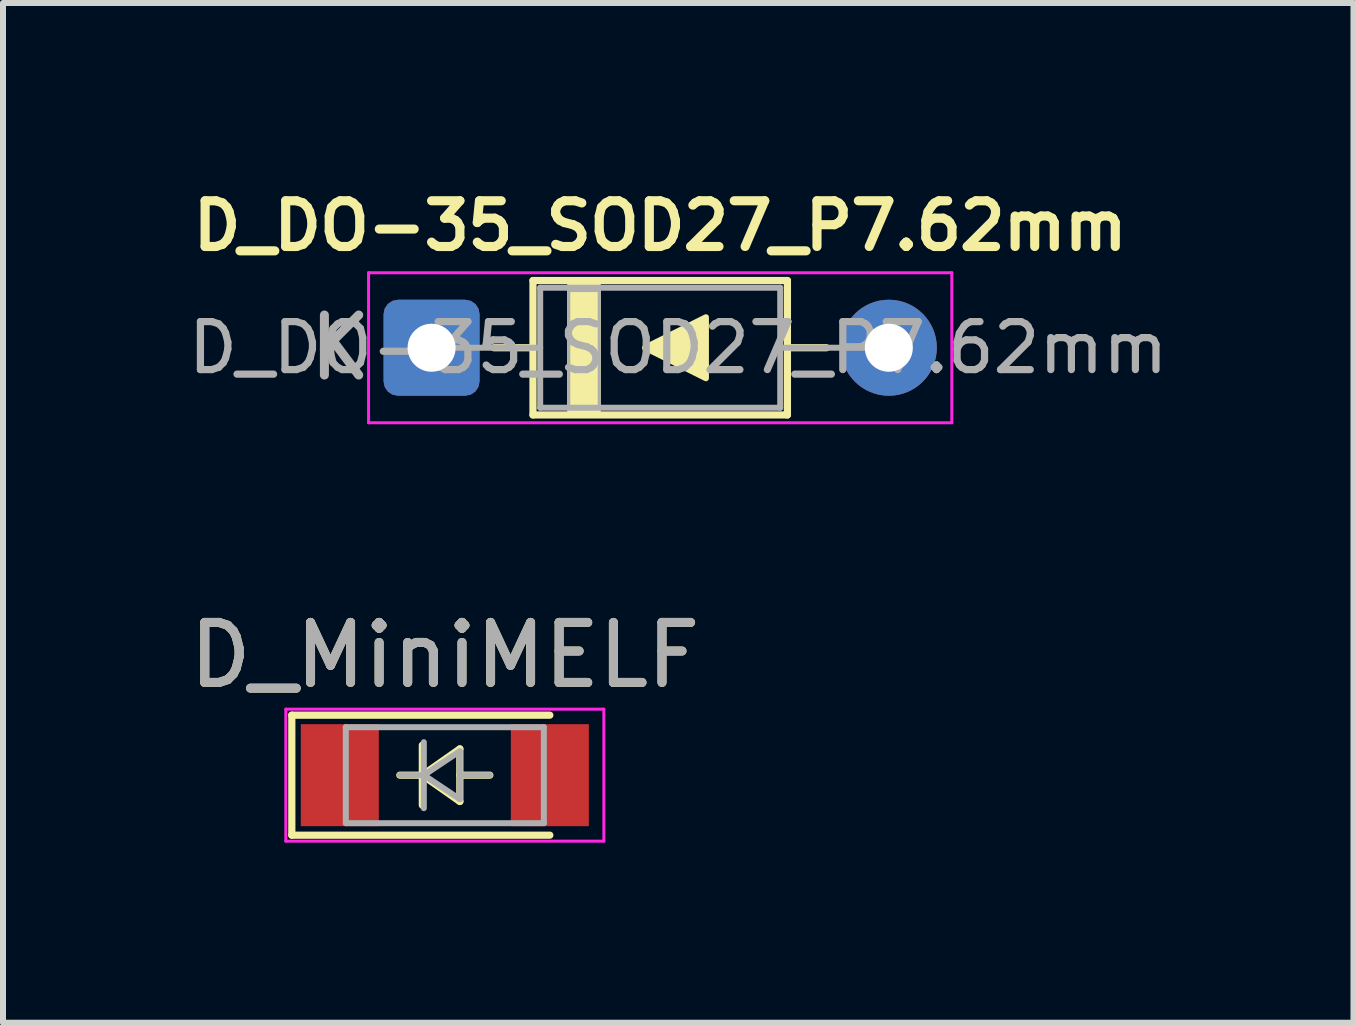
<source format=kicad_pcb>
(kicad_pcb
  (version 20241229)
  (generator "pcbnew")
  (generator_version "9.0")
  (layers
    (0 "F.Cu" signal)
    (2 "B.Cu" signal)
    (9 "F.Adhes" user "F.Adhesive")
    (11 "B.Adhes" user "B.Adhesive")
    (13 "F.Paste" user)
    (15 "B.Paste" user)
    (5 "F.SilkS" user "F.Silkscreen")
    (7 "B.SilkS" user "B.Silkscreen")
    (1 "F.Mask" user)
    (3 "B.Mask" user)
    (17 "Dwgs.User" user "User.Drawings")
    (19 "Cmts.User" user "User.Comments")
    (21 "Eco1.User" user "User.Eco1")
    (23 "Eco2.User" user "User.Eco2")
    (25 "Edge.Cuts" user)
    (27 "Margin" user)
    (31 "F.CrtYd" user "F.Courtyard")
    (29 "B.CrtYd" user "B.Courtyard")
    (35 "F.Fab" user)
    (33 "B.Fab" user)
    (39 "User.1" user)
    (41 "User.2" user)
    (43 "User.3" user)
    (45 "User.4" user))
  (footprint "D_MiniMELF"
    (layer "F.Cu")
    (at 4.363 9.868)
    (property "Reference" "D_MiniMELF" (at 0 -2 0) (layer "F.SilkS") (effects (font (size 1 1) (thickness 0.15))))
    (attr smd)
    (fp_line (start -2.55 -1) (end -2.55 1) (stroke (width 0.12) (type solid)) (layer "F.SilkS"))
    (fp_line (start -2.55 1) (end 1.75 1) (stroke (width 0.12) (type solid)) (layer "F.SilkS"))
    (fp_line (start -0.375 -0.5) (end -0.375 0.5) (stroke (width 0.12) (type solid)) (layer "F.SilkS"))
    (fp_line (start -0.375 0) (end -0.75 0) (stroke (width 0.12) (type solid)) (layer "F.SilkS"))
    (fp_line (start -0.375 0) (end 0.25 0.438) (stroke (width 0.12) (type solid)) (layer "F.SilkS"))
    (fp_line (start 0.25 -0.438) (end -0.375 0) (stroke (width 0.12) (type solid)) (layer "F.SilkS"))
    (fp_line (start 0.25 0) (end 0.75 0) (stroke (width 0.12) (type solid)) (layer "F.SilkS"))
    (fp_line (start 0.25 0.438) (end 0.25 -0.438) (stroke (width 0.12) (type solid)) (layer "F.SilkS"))
    (fp_line (start 1.75 -1) (end -2.55 -1) (stroke (width 0.12) (type solid)) (layer "F.SilkS"))
    (fp_line (start -2.65 -1.1) (end 2.65 -1.1) (stroke (width 0.05) (type solid)) (layer "F.CrtYd"))
    (fp_line (start -2.65 1.1) (end -2.65 -1.1) (stroke (width 0.05) (type solid)) (layer "F.CrtYd"))
    (fp_line (start 2.65 -1.1) (end 2.65 1.1) (stroke (width 0.05) (type solid)) (layer "F.CrtYd"))
    (fp_line (start 2.65 1.1) (end -2.65 1.1) (stroke (width 0.05) (type solid)) (layer "F.CrtYd"))
    (fp_line (start -1.65 -0.8) (end 1.65 -0.8) (stroke (width 0.1) (type solid)) (layer "F.Fab"))
    (fp_line (start -1.65 0.8) (end -1.65 -0.8) (stroke (width 0.1) (type solid)) (layer "F.Fab"))
    (fp_line (start -0.75 0) (end -0.35 0) (stroke (width 0.1) (type solid)) (layer "F.Fab"))
    (fp_line (start -0.35 0) (end -0.35 -0.55) (stroke (width 0.1) (type solid)) (layer "F.Fab"))
    (fp_line (start -0.35 0) (end -0.35 0.55) (stroke (width 0.1) (type solid)) (layer "F.Fab"))
    (fp_line (start -0.35 0) (end 0.25 -0.4) (stroke (width 0.1) (type solid)) (layer "F.Fab"))
    (fp_line (start 0.25 -0.4) (end 0.25 0.4) (stroke (width 0.1) (type solid)) (layer "F.Fab"))
    (fp_line (start 0.25 0) (end 0.75 0) (stroke (width 0.1) (type solid)) (layer "F.Fab"))
    (fp_line (start 0.25 0.4) (end -0.35 0) (stroke (width 0.1) (type solid)) (layer "F.Fab"))
    (fp_line (start 1.65 -0.8) (end 1.65 0.8) (stroke (width 0.1) (type solid)) (layer "F.Fab"))
    (fp_line (start 1.65 0.8) (end -1.65 0.8) (stroke (width 0.1) (type solid)) (layer "F.Fab"))
    (fp_text user "${REFERENCE}" (at 0 -2 0) (layer "F.Fab") (effects (font (size 1 1) (thickness 0.15))))
    (pad "1" smd rect (at -1.75 0) (size 1.3 1.7) (layers "F.Cu" "F.Mask" "F.Paste"))
    (pad "2" smd rect (at 1.75 0) (size 1.3 1.7) (layers "F.Cu" "F.Mask" "F.Paste")))
  (footprint "D_DO-35_SOD27_P7.62mm"
    (layer "F.Cu")
    (at 7.952 2.745)
    (property "Reference" "D_DO-35_SOD27_P7.62mm" (at 0 -2.032 0) (layer "F.SilkS") (effects (font (size 0.762 0.762) (thickness 0.152))))
    (attr through_hole)
    (fp_line (start -2.77 0) (end -2.12 0) (stroke (width 0.12) (type solid)) (layer "F.SilkS"))
    (fp_line (start -2.12 -1.12) (end -2.12 1.12) (stroke (width 0.12) (type solid)) (layer "F.SilkS"))
    (fp_line (start -2.12 1.12) (end 2.12 1.12) (stroke (width 0.12) (type solid)) (layer "F.SilkS"))
    (fp_line (start 2.12 -1.12) (end -2.12 -1.12) (stroke (width 0.12) (type solid)) (layer "F.SilkS"))
    (fp_line (start 2.12 1.12) (end 2.12 -1.12) (stroke (width 0.12) (type solid)) (layer "F.SilkS"))
    (fp_line (start 2.77 0) (end 2.12 0) (stroke (width 0.12) (type solid)) (layer "F.SilkS"))
    (fp_poly (pts (xy -0.254 0) (xy 0.762 -0.508) (xy 0.762 0.508)) (stroke (width 0.1) (type solid)) (fill yes) (layer "F.SilkS"))
    (fp_poly (pts (xy -1.524 -1.143) (xy -1.524 1.143) (xy -1.016 1.143) (xy -1.016 -1.143)) (stroke (width 0.051) (type solid)) (fill yes) (layer "F.SilkS"))
    (fp_line (start -4.86 -1.25) (end -4.86 1.25) (stroke (width 0.05) (type solid)) (layer "F.CrtYd"))
    (fp_line (start -4.86 1.25) (end 4.86 1.25) (stroke (width 0.05) (type solid)) (layer "F.CrtYd"))
    (fp_line (start 4.86 -1.25) (end -4.86 -1.25) (stroke (width 0.05) (type solid)) (layer "F.CrtYd"))
    (fp_line (start 4.86 1.25) (end 4.86 -1.25) (stroke (width 0.05) (type solid)) (layer "F.CrtYd"))
    (fp_line (start -3.81 0) (end -2 0) (stroke (width 0.1) (type solid)) (layer "F.Fab"))
    (fp_line (start -2 -1) (end -2 1) (stroke (width 0.1) (type solid)) (layer "F.Fab"))
    (fp_line (start -2 1) (end 2 1) (stroke (width 0.1) (type solid)) (layer "F.Fab"))
    (fp_line (start 2 -1) (end -2 -1) (stroke (width 0.1) (type solid)) (layer "F.Fab"))
    (fp_line (start 2 1) (end 2 -1) (stroke (width 0.1) (type solid)) (layer "F.Fab"))
    (fp_line (start 3.81 0) (end 2 0) (stroke (width 0.1) (type solid)) (layer "F.Fab"))
    (fp_poly (pts (xy -1.524 1.016) (xy -1.016 1.016) (xy -1.016 -0.953) (xy -1.524 -0.953)) (stroke (width 0.051) (type solid)) (fill no) (layer "F.Fab"))
    (fp_text user "K" (at -5.334 0 0) (layer "F.Fab") (effects (font (size 1 1) (thickness 0.15))))
    (fp_text user "${REFERENCE}" (at 0.3 0 0) (layer "F.Fab") (effects (font (size 0.8 0.8) (thickness 0.12))))
    (pad "1" thru_hole roundrect (at -3.81 0) (size 1.6 1.6) (drill 0.8) (layers "*.Cu" "*.Mask") (roundrect_rratio 0.15))
    (pad "2" thru_hole oval (at 3.81 0) (size 1.6 1.6) (drill 0.8) (layers "*.Cu" "*.Mask")))
  (gr_rect
    (start -3 -3)
    (end 19.505 13.993)
    (stroke (width 0.1) (type default))
    (fill no)
    (layer "Edge.Cuts")))
</source>
